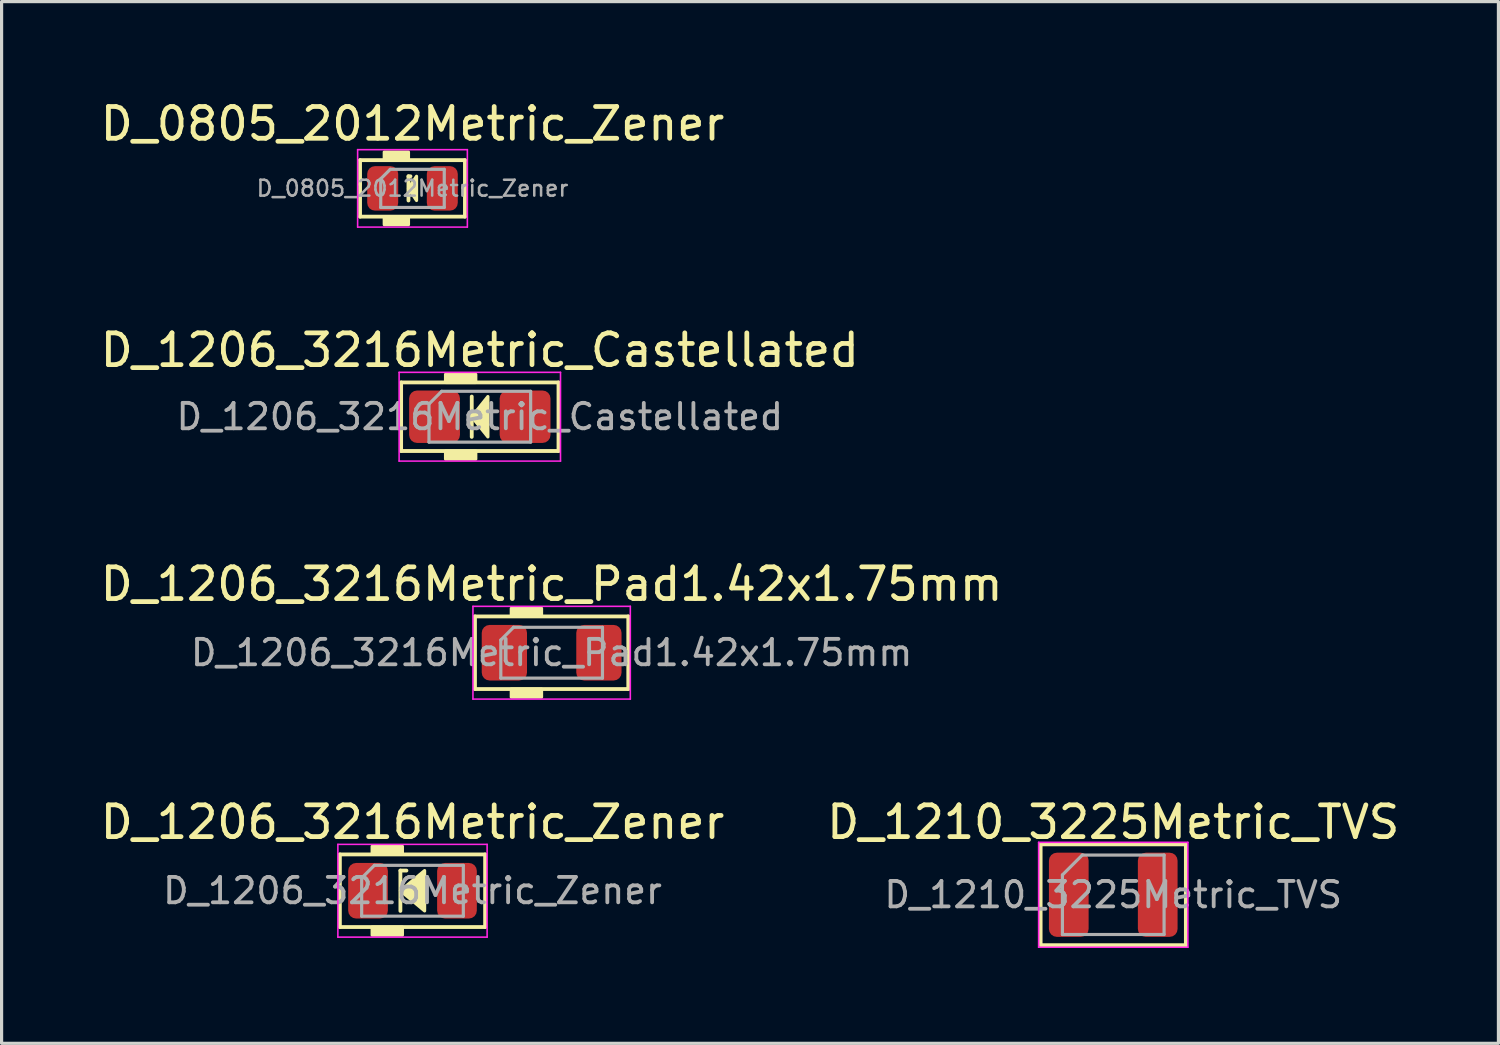
<source format=kicad_pcb>
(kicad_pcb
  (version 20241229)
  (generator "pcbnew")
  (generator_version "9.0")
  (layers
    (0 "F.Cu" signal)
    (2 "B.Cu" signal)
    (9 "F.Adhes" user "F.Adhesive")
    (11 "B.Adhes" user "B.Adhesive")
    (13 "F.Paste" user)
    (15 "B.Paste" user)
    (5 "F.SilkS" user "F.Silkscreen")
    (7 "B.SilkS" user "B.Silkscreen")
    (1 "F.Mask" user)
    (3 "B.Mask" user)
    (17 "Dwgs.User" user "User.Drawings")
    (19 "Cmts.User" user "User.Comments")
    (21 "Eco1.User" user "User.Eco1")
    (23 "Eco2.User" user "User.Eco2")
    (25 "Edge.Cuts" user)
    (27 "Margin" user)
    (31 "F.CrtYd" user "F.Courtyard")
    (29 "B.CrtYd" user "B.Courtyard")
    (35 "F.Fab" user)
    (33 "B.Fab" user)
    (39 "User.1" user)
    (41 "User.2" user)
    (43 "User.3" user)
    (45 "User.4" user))
  (footprint "D_1206_3216Metric_Pad1.42x1.75mm"
    (layer "F.Cu")
    (at 14.315 17.497)
    (property "Reference" "D_1206_3216Metric_Pad1.42x1.75mm" (at 0 -2.159 0) (layer "F.SilkS") (effects (font (size 1 1) (thickness 0.15))))
    (attr smd)
    (fp_line (start -2.413 -1.143) (end -2.413 1.143) (stroke (width 0.12) (type solid)) (layer "F.SilkS"))
    (fp_line (start -2.413 1.143) (end 2.413 1.143) (stroke (width 0.12) (type solid)) (layer "F.SilkS"))
    (fp_line (start 2.413 -1.143) (end -2.413 -1.143) (stroke (width 0.12) (type solid)) (layer "F.SilkS"))
    (fp_line (start 2.413 1.143) (end 2.413 -1.143) (stroke (width 0.12) (type solid)) (layer "F.SilkS"))
    (fp_poly (pts (xy -0.318 -1.143) (xy -1.27 -1.143) (xy -1.27 -1.397) (xy -0.318 -1.397)) (stroke (width 0.1) (type solid)) (fill yes) (layer "F.SilkS"))
    (fp_poly (pts (xy -0.318 1.397) (xy -1.27 1.397) (xy -1.27 1.143) (xy -0.318 1.143)) (stroke (width 0.1) (type solid)) (fill yes) (layer "F.SilkS"))
    (fp_line (start -2.477 -1.46) (end 2.477 -1.46) (stroke (width 0.05) (type solid)) (layer "F.CrtYd"))
    (fp_line (start -2.477 1.46) (end -2.477 -1.46) (stroke (width 0.05) (type solid)) (layer "F.CrtYd"))
    (fp_line (start 2.477 -1.46) (end 2.477 1.46) (stroke (width 0.05) (type solid)) (layer "F.CrtYd"))
    (fp_line (start 2.477 1.46) (end -2.477 1.46) (stroke (width 0.05) (type solid)) (layer "F.CrtYd"))
    (fp_line (start -1.6 -0.4) (end -1.6 0.8) (stroke (width 0.1) (type solid)) (layer "F.Fab"))
    (fp_line (start -1.6 0.8) (end 1.6 0.8) (stroke (width 0.1) (type solid)) (layer "F.Fab"))
    (fp_line (start -1.2 -0.8) (end -1.6 -0.4) (stroke (width 0.1) (type solid)) (layer "F.Fab"))
    (fp_line (start 1.6 -0.8) (end -1.2 -0.8) (stroke (width 0.1) (type solid)) (layer "F.Fab"))
    (fp_line (start 1.6 0.8) (end 1.6 -0.8) (stroke (width 0.1) (type solid)) (layer "F.Fab"))
    (fp_text user "${REFERENCE}" (at 0 0 0) (layer "F.Fab") (effects (font (size 0.8 0.8) (thickness 0.12))))
    (pad "1" smd roundrect (at -1.488 0) (size 1.425 1.75) (layers "F.Cu" "F.Mask" "F.Paste") (roundrect_rratio 0.175))
    (pad "2" smd roundrect (at 1.488 0) (size 1.425 1.75) (layers "F.Cu" "F.Mask" "F.Paste") (roundrect_rratio 0.175)))
  (footprint "D_1206_3216Metric_Castellated"
    (layer "F.Cu")
    (at 12.054 10.068)
    (property "Reference" "D_1206_3216Metric_Castellated" (at 0 -2.095 0) (layer "F.SilkS") (effects (font (size 1 1) (thickness 0.15))))
    (attr smd)
    (fp_line (start -2.477 -1.079) (end -2.477 1.079) (stroke (width 0.12) (type solid)) (layer "F.SilkS"))
    (fp_line (start -2.477 1.079) (end 2.477 1.079) (stroke (width 0.12) (type solid)) (layer "F.SilkS"))
    (fp_line (start -0.254 -0.635) (end -0.254 0.635) (stroke (width 0.12) (type solid)) (layer "F.SilkS"))
    (fp_line (start 2.477 -1.079) (end -2.477 -1.079) (stroke (width 0.12) (type solid)) (layer "F.SilkS"))
    (fp_line (start 2.477 1.079) (end 2.477 -1.079) (stroke (width 0.12) (type solid)) (layer "F.SilkS"))
    (fp_poly (pts (xy 0.254 0.635) (xy -0.254 0) (xy 0.254 -0.635)) (stroke (width 0.1) (type solid)) (fill yes) (layer "F.SilkS"))
    (fp_poly (pts (xy -0.127 -1.079) (xy -1.079 -1.079) (xy -1.079 -1.333) (xy -0.127 -1.333)) (stroke (width 0.1) (type solid)) (fill yes) (layer "F.SilkS"))
    (fp_poly (pts (xy -0.127 1.333) (xy -1.079 1.333) (xy -1.079 1.079) (xy -0.127 1.079)) (stroke (width 0.1) (type solid)) (fill yes) (layer "F.SilkS"))
    (fp_line (start -2.54 -1.397) (end 2.54 -1.397) (stroke (width 0.05) (type solid)) (layer "F.CrtYd"))
    (fp_line (start -2.54 1.397) (end -2.54 -1.397) (stroke (width 0.05) (type solid)) (layer "F.CrtYd"))
    (fp_line (start 2.54 -1.397) (end 2.54 1.397) (stroke (width 0.05) (type solid)) (layer "F.CrtYd"))
    (fp_line (start 2.54 1.397) (end -2.54 1.397) (stroke (width 0.05) (type solid)) (layer "F.CrtYd"))
    (fp_line (start -1.6 -0.4) (end -1.6 0.8) (stroke (width 0.1) (type solid)) (layer "F.Fab"))
    (fp_line (start -1.6 0.8) (end 1.6 0.8) (stroke (width 0.1) (type solid)) (layer "F.Fab"))
    (fp_line (start -1.2 -0.8) (end -1.6 -0.4) (stroke (width 0.1) (type solid)) (layer "F.Fab"))
    (fp_line (start 1.6 -0.8) (end -1.2 -0.8) (stroke (width 0.1) (type solid)) (layer "F.Fab"))
    (fp_line (start 1.6 0.8) (end 1.6 -0.8) (stroke (width 0.1) (type solid)) (layer "F.Fab"))
    (fp_text user "${REFERENCE}" (at 0 0 0) (layer "F.Fab") (effects (font (size 0.8 0.8) (thickness 0.12))))
    (pad "1" smd roundrect (at -1.425 0) (size 1.6 1.65) (layers "F.Cu" "F.Mask" "F.Paste") (roundrect_rratio 0.156))
    (pad "2" smd roundrect (at 1.425 0) (size 1.6 1.65) (layers "F.Cu" "F.Mask" "F.Paste") (roundrect_rratio 0.156)))
  (footprint "D_1210_3225Metric_TVS"
    (layer "F.Cu")
    (at 31.994 25.117)
    (property "Reference" "D_1210_3225Metric_TVS" (at 0 -2.286 0) (layer "F.SilkS") (effects (font (size 1 1) (thickness 0.15))))
    (attr smd)
    (fp_line (start -2.286 -1.587) (end 2.286 -1.587) (stroke (width 0.12) (type solid)) (layer "F.SilkS"))
    (fp_line (start -2.286 1.587) (end -2.286 -1.587) (stroke (width 0.12) (type solid)) (layer "F.SilkS"))
    (fp_line (start 2.286 -1.587) (end 2.286 1.587) (stroke (width 0.12) (type solid)) (layer "F.SilkS"))
    (fp_line (start 2.286 1.587) (end -2.286 1.587) (stroke (width 0.12) (type solid)) (layer "F.SilkS"))
    (fp_line (start -2.349 -1.651) (end 2.349 -1.651) (stroke (width 0.05) (type solid)) (layer "F.CrtYd"))
    (fp_line (start -2.349 1.651) (end -2.349 -1.651) (stroke (width 0.05) (type solid)) (layer "F.CrtYd"))
    (fp_line (start 2.349 -1.651) (end 2.349 1.651) (stroke (width 0.05) (type solid)) (layer "F.CrtYd"))
    (fp_line (start 2.349 1.651) (end -2.349 1.651) (stroke (width 0.05) (type solid)) (layer "F.CrtYd"))
    (fp_line (start -1.6 -0.625) (end -1.6 1.25) (stroke (width 0.1) (type solid)) (layer "F.Fab"))
    (fp_line (start -1.6 1.25) (end 1.6 1.25) (stroke (width 0.1) (type solid)) (layer "F.Fab"))
    (fp_line (start -0.975 -1.25) (end -1.6 -0.625) (stroke (width 0.1) (type solid)) (layer "F.Fab"))
    (fp_line (start 1.6 -1.25) (end -0.975 -1.25) (stroke (width 0.1) (type solid)) (layer "F.Fab"))
    (fp_line (start 1.6 1.25) (end 1.6 -1.25) (stroke (width 0.1) (type solid)) (layer "F.Fab"))
    (fp_text user "${REFERENCE}" (at 0 0 0) (layer "F.Fab") (effects (font (size 0.8 0.8) (thickness 0.12))))
    (pad "1" smd roundrect (at -1.4 0) (size 1.25 2.65) (layers "F.Cu" "F.Mask" "F.Paste") (roundrect_rratio 0.2))
    (pad "2" smd roundrect (at 1.4 0) (size 1.25 2.65) (layers "F.Cu" "F.Mask" "F.Paste") (roundrect_rratio 0.2)))
  (footprint "D_0805_2012Metric_Zener"
    (layer "F.Cu")
    (at 9.935 2.88)
    (property "Reference" "D_0805_2012Metric_Zener" (at 0 -2.032 0) (layer "F.SilkS") (effects (font (size 1 1) (thickness 0.15))))
    (attr smd)
    (fp_line (start -1.651 -0.889) (end 1.651 -0.889) (stroke (width 0.12) (type solid)) (layer "F.SilkS"))
    (fp_line (start -1.651 -0.127) (end -1.651 -0.889) (stroke (width 0.12) (type solid)) (layer "F.SilkS"))
    (fp_line (start -1.651 0.889) (end -1.651 -0.127) (stroke (width 0.12) (type solid)) (layer "F.SilkS"))
    (fp_line (start -0.127 -0.381) (end -0.127 0.381) (stroke (width 0.12) (type solid)) (layer "F.SilkS"))
    (fp_line (start -0.127 -0.381) (end -0.064 -0.381) (stroke (width 0.12) (type solid)) (layer "F.SilkS"))
    (fp_line (start 1.651 -0.889) (end 1.651 0.889) (stroke (width 0.12) (type solid)) (layer "F.SilkS"))
    (fp_line (start 1.651 0.889) (end -1.651 0.889) (stroke (width 0.12) (type solid)) (layer "F.SilkS"))
    (fp_poly (pts (xy 0.127 0.381) (xy -0.127 0) (xy 0.127 -0.381)) (stroke (width 0.1) (type solid)) (fill yes) (layer "F.SilkS"))
    (fp_poly (pts (xy -0.127 -0.889) (xy -0.889 -0.889) (xy -0.889 -1.143) (xy -0.127 -1.143)) (stroke (width 0.1) (type solid)) (fill yes) (layer "F.SilkS"))
    (fp_poly (pts (xy -0.127 1.143) (xy -0.889 1.143) (xy -0.889 0.889) (xy -0.127 0.889)) (stroke (width 0.1) (type solid)) (fill yes) (layer "F.SilkS"))
    (fp_line (start -1.727 -1.219) (end 1.727 -1.219) (stroke (width 0.05) (type solid)) (layer "F.CrtYd"))
    (fp_line (start -1.727 1.219) (end -1.727 -1.219) (stroke (width 0.05) (type solid)) (layer "F.CrtYd"))
    (fp_line (start 1.727 -1.219) (end 1.727 1.219) (stroke (width 0.05) (type solid)) (layer "F.CrtYd"))
    (fp_line (start 1.727 1.219) (end -1.727 1.219) (stroke (width 0.05) (type solid)) (layer "F.CrtYd"))
    (fp_line (start -1 -0.3) (end -1 0.6) (stroke (width 0.1) (type solid)) (layer "F.Fab"))
    (fp_line (start -1 0.6) (end 1 0.6) (stroke (width 0.1) (type solid)) (layer "F.Fab"))
    (fp_line (start -0.7 -0.6) (end -1 -0.3) (stroke (width 0.1) (type solid)) (layer "F.Fab"))
    (fp_line (start 1 -0.6) (end -0.7 -0.6) (stroke (width 0.1) (type solid)) (layer "F.Fab"))
    (fp_line (start 1 0.6) (end 1 -0.6) (stroke (width 0.1) (type solid)) (layer "F.Fab"))
    (fp_text user "${REFERENCE}" (at 0 0 0) (layer "F.Fab") (effects (font (size 0.5 0.5) (thickness 0.08))))
    (pad "1" smd roundrect (at -0.938 0) (size 0.975 1.4) (layers "F.Cu" "F.Mask" "F.Paste") (roundrect_rratio 0.25))
    (pad "2" smd roundrect (at 0.938 0) (size 0.975 1.4) (layers "F.Cu" "F.Mask" "F.Paste") (roundrect_rratio 0.25)))
  (footprint "D_1206_3216Metric_Zener"
    (layer "F.Cu")
    (at 9.935 24.99)
    (property "Reference" "D_1206_3216Metric_Zener" (at 0 -2.159 0) (layer "F.SilkS") (effects (font (size 1 1) (thickness 0.15))))
    (attr smd)
    (fp_line (start -2.286 -1.143) (end -2.286 1.143) (stroke (width 0.12) (type solid)) (layer "F.SilkS"))
    (fp_line (start -2.286 1.143) (end 2.286 1.143) (stroke (width 0.12) (type solid)) (layer "F.SilkS"))
    (fp_line (start -0.381 -0.635) (end -0.381 0.635) (stroke (width 0.12) (type solid)) (layer "F.SilkS"))
    (fp_line (start -0.381 -0.635) (end -0.191 -0.635) (stroke (width 0.12) (type solid)) (layer "F.SilkS"))
    (fp_line (start 2.286 -1.143) (end -2.286 -1.143) (stroke (width 0.12) (type solid)) (layer "F.SilkS"))
    (fp_line (start 2.286 1.143) (end 2.286 -1.143) (stroke (width 0.12) (type solid)) (layer "F.SilkS"))
    (fp_poly (pts (xy 0.381 0.635) (xy -0.381 0) (xy 0.381 -0.635)) (stroke (width 0.1) (type solid)) (fill yes) (layer "F.SilkS"))
    (fp_poly (pts (xy -0.318 -1.143) (xy -1.27 -1.143) (xy -1.27 -1.397) (xy -0.318 -1.397)) (stroke (width 0.1) (type solid)) (fill yes) (layer "F.SilkS"))
    (fp_poly (pts (xy -0.318 1.397) (xy -1.27 1.397) (xy -1.27 1.143) (xy -0.318 1.143)) (stroke (width 0.1) (type solid)) (fill yes) (layer "F.SilkS"))
    (fp_line (start -2.349 -1.46) (end 2.349 -1.46) (stroke (width 0.05) (type solid)) (layer "F.CrtYd"))
    (fp_line (start -2.349 1.46) (end -2.349 -1.46) (stroke (width 0.05) (type solid)) (layer "F.CrtYd"))
    (fp_line (start 2.349 -1.46) (end 2.349 1.46) (stroke (width 0.05) (type solid)) (layer "F.CrtYd"))
    (fp_line (start 2.349 1.46) (end -2.349 1.46) (stroke (width 0.05) (type solid)) (layer "F.CrtYd"))
    (fp_line (start -1.6 -0.4) (end -1.6 0.8) (stroke (width 0.1) (type solid)) (layer "F.Fab"))
    (fp_line (start -1.6 0.8) (end 1.6 0.8) (stroke (width 0.1) (type solid)) (layer "F.Fab"))
    (fp_line (start -1.2 -0.8) (end -1.6 -0.4) (stroke (width 0.1) (type solid)) (layer "F.Fab"))
    (fp_line (start 1.6 -0.8) (end -1.2 -0.8) (stroke (width 0.1) (type solid)) (layer "F.Fab"))
    (fp_line (start 1.6 0.8) (end 1.6 -0.8) (stroke (width 0.1) (type solid)) (layer "F.Fab"))
    (fp_text user "${REFERENCE}" (at 0 0 0) (layer "F.Fab") (effects (font (size 0.8 0.8) (thickness 0.12))))
    (pad "1" smd roundrect (at -1.4 0) (size 1.25 1.75) (layers "F.Cu" "F.Mask" "F.Paste") (roundrect_rratio 0.2))
    (pad "2" smd roundrect (at 1.4 0) (size 1.25 1.75) (layers "F.Cu" "F.Mask" "F.Paste") (roundrect_rratio 0.2)))
  (gr_rect
    (start -3 -3)
    (end 44.119 29.793)
    (stroke (width 0.1) (type default))
    (fill no)
    (layer "Edge.Cuts")))
</source>
